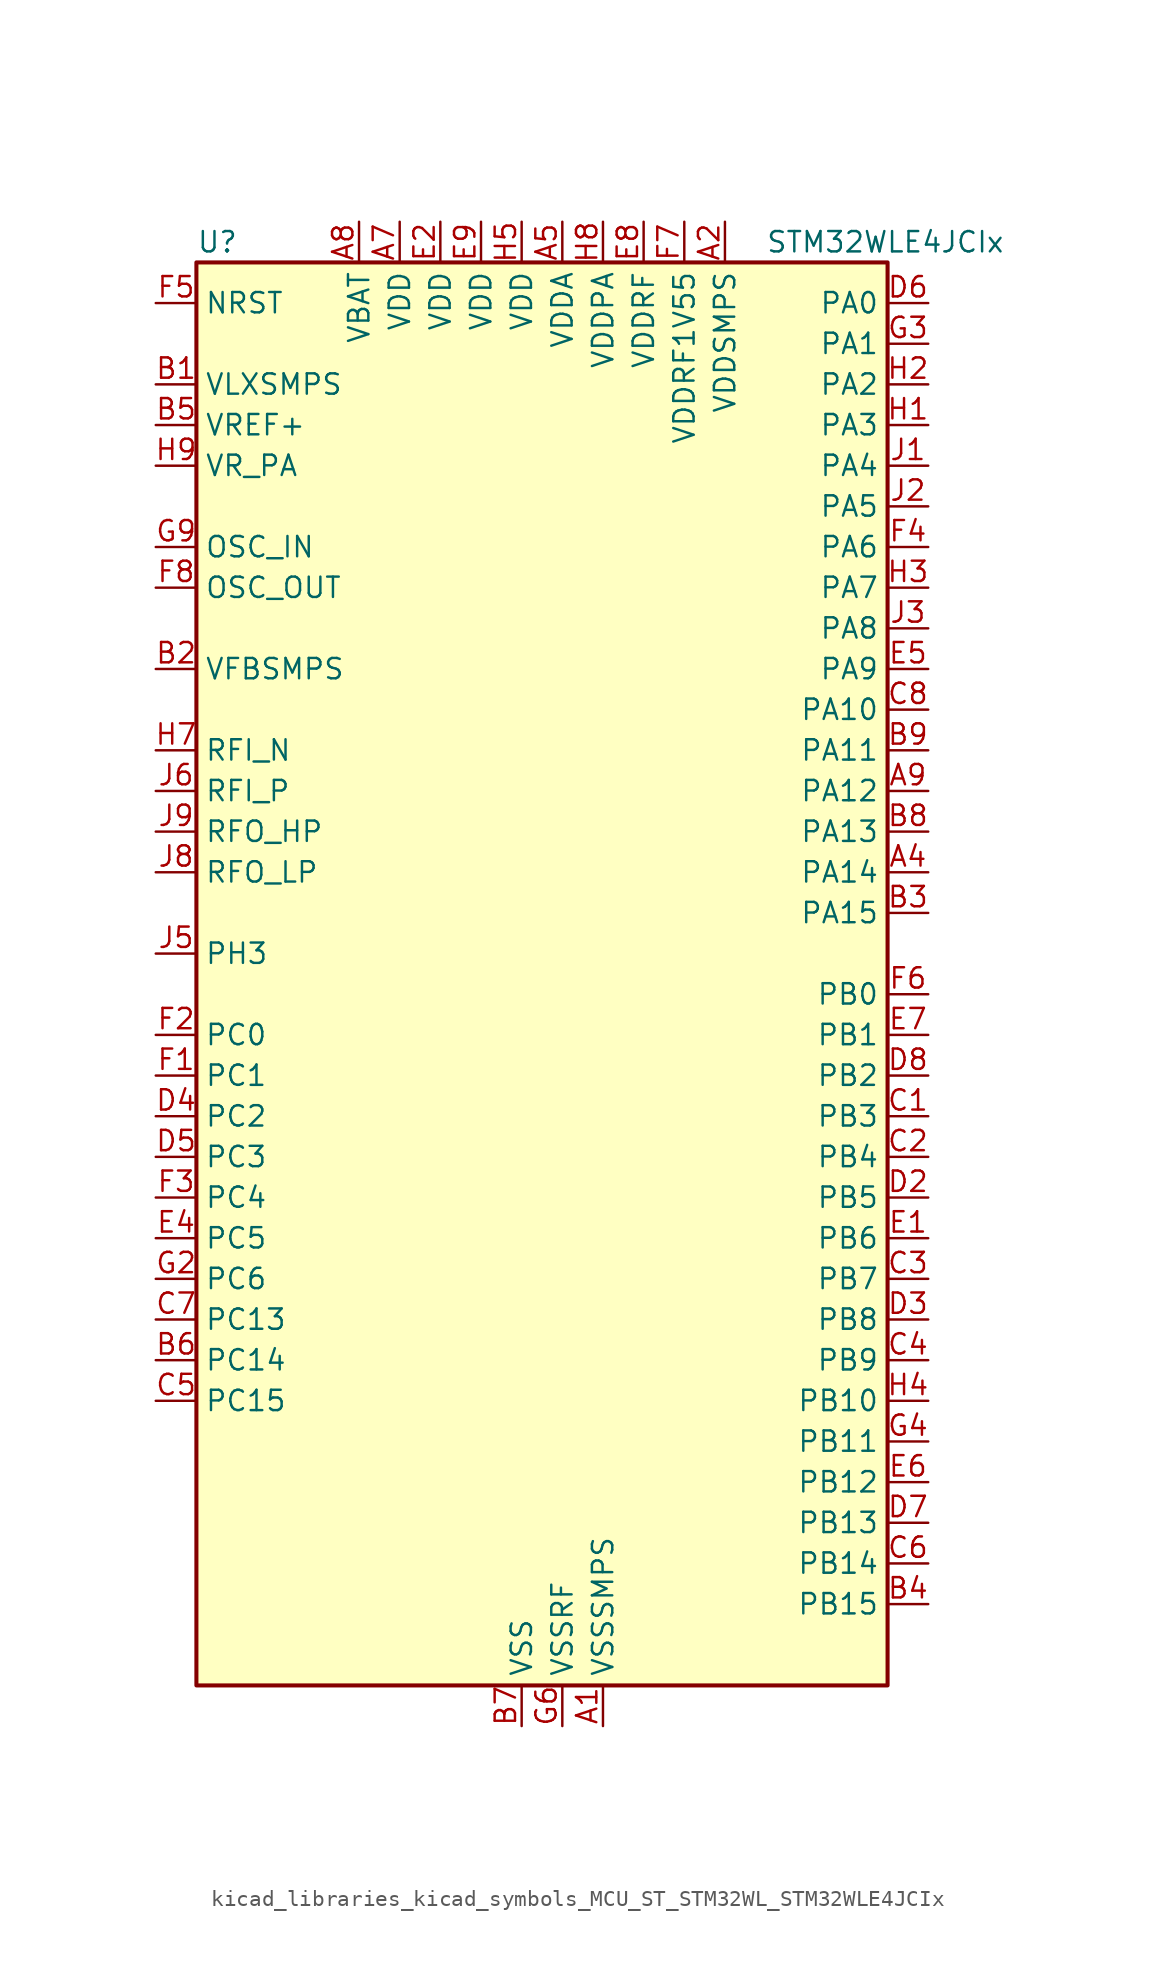
<source format=kicad_sym>
(kicad_symbol_lib
  (version 20220914)
  (generator kicad_symbol_editor)
  (symbol "kicad_libraries_kicad_symbols_MCU_ST_STM32WL_STM32WLE4JCIx"
    (property "Reference" "U"
      (at -20.32 46.99 0)
      (effects (font (size 1.27 1.27)) (justify left)))
    (property "Value" "STM32WLE4JCIx"
      (at 15.24 46.99 0)
      (effects (font (size 1.27 1.27)) (justify left)))
    (property "ki_locked" ""
      (at 0 0 0)
      (effects (font (size 1.27 1.27))))
    (symbol "kicad_libraries_kicad_symbols_MCU_ST_STM32WL_STM32WLE4JCIx_0_1"
      (rectangle (start -20.32 -43.18) (end 22.86 45.72) (stroke (width 0.254) (type default)) (fill (type background))))
    (symbol "kicad_libraries_kicad_symbols_MCU_ST_STM32WL_STM32WLE4JCIx_1_1"
      (pin power_in line (at 5.08 -45.72 90) (length 2.54) (name "VSSSMPS" (effects (font (size 1.27 1.27)))) (number "A1" (effects (font (size 1.27 1.27)))))
      (pin power_in line (at 12.7 48.26 270) (length 2.54) (name "VDDSMPS" (effects (font (size 1.27 1.27)))) (number "A2" (effects (font (size 1.27 1.27)))))
      (pin bidirectional line (at 25.4 7.62 180) (length 2.54) (name "PA14" (effects (font (size 1.27 1.27)))) (number "A4" (effects (font (size 1.27 1.27)))) (alternate "ADC_IN10" bidirectional line) (alternate "DEBUG_JTCK-SWCLK" bidirectional line) (alternate "I2C1_SMBA" bidirectional line) (alternate "LPTIM1_OUT" bidirectional line))
      (pin power_in line (at 2.54 48.26 270) (length 2.54) (name "VDDA" (effects (font (size 1.27 1.27)))) (number "A5" (effects (font (size 1.27 1.27)))))
      (pin power_in line (at -7.62 48.26 270) (length 2.54) (name "VDD" (effects (font (size 1.27 1.27)))) (number "A7" (effects (font (size 1.27 1.27)))))
      (pin power_in line (at -10.16 48.26 270) (length 2.54) (name "VBAT" (effects (font (size 1.27 1.27)))) (number "A8" (effects (font (size 1.27 1.27)))))
      (pin bidirectional line (at 25.4 12.7 180) (length 2.54) (name "PA12" (effects (font (size 1.27 1.27)))) (number "A9" (effects (font (size 1.27 1.27)))) (alternate "ADC_IN8" bidirectional line) (alternate "DEBUG_RF-BUSY" bidirectional line) (alternate "I2C2_SCL" bidirectional line) (alternate "LPTIM3_IN1" bidirectional line) (alternate "SPI1_MOSI" bidirectional line) (alternate "TIM1_ETR" bidirectional line) (alternate "USART1_DE" bidirectional line) (alternate "USART1_RTS" bidirectional line))
      (pin power_in line (at -22.86 38.1 0) (length 2.54) (name "VLXSMPS" (effects (font (size 1.27 1.27)))) (number "B1" (effects (font (size 1.27 1.27)))))
      (pin input line (at -22.86 20.32 0) (length 2.54) (name "VFBSMPS" (effects (font (size 1.27 1.27)))) (number "B2" (effects (font (size 1.27 1.27)))))
      (pin bidirectional line (at 25.4 5.08 180) (length 2.54) (name "PA15" (effects (font (size 1.27 1.27)))) (number "B3" (effects (font (size 1.27 1.27)))) (alternate "ADC_IN11" bidirectional line) (alternate "COMP1_INM" bidirectional line) (alternate "COMP2_INP" bidirectional line) (alternate "DEBUG_JTDI" bidirectional line) (alternate "I2C2_SDA" bidirectional line) (alternate "SPI1_NSS" bidirectional line) (alternate "TIM2_CH1" bidirectional line) (alternate "TIM2_ETR" bidirectional line))
      (pin bidirectional line (at 25.4 -38.1 180) (length 2.54) (name "PB15" (effects (font (size 1.27 1.27)))) (number "B4" (effects (font (size 1.27 1.27)))) (alternate "I2C2_SCL" bidirectional line) (alternate "I2S2_SD" bidirectional line) (alternate "SPI2_MOSI" bidirectional line) (alternate "TIM1_CH3N" bidirectional line))
      (pin input line (at -22.86 35.56 0) (length 2.54) (name "VREF+" (effects (font (size 1.27 1.27)))) (number "B5" (effects (font (size 1.27 1.27)))) (alternate "VREFBUF_OUT" bidirectional line))
      (pin bidirectional line (at -22.86 -22.86 0) (length 2.54) (name "PC14" (effects (font (size 1.27 1.27)))) (number "B6" (effects (font (size 1.27 1.27)))) (alternate "RCC_OSC32_IN" bidirectional line))
      (pin power_in line (at 0 -45.72 90) (length 2.54) (name "VSS" (effects (font (size 1.27 1.27)))) (number "B7" (effects (font (size 1.27 1.27)))))
      (pin bidirectional line (at 25.4 10.16 180) (length 2.54) (name "PA13" (effects (font (size 1.27 1.27)))) (number "B8" (effects (font (size 1.27 1.27)))) (alternate "ADC_IN9" bidirectional line) (alternate "DEBUG_JTMS-SWDIO" bidirectional line) (alternate "I2C2_SMBA" bidirectional line) (alternate "IR_OUT" bidirectional line))
      (pin bidirectional line (at 25.4 15.24 180) (length 2.54) (name "PA11" (effects (font (size 1.27 1.27)))) (number "B9" (effects (font (size 1.27 1.27)))) (alternate "ADC_EXTI11" bidirectional line) (alternate "ADC_IN7" bidirectional line) (alternate "COMP1_INM" bidirectional line) (alternate "COMP2_INM" bidirectional line) (alternate "DEBUG_RF-NRESET" bidirectional line) (alternate "I2C2_SDA" bidirectional line) (alternate "LPTIM3_ETR" bidirectional line) (alternate "SPI1_MISO" bidirectional line) (alternate "TIM1_BKIN2" bidirectional line) (alternate "TIM1_CH4" bidirectional line) (alternate "USART1_CTS" bidirectional line) (alternate "USART1_NSS" bidirectional line))
      (pin bidirectional line (at 25.4 -7.62 180) (length 2.54) (name "PB3" (effects (font (size 1.27 1.27)))) (number "C1" (effects (font (size 1.27 1.27)))) (alternate "ADC_IN2" bidirectional line) (alternate "COMP1_INM" bidirectional line) (alternate "COMP2_INM" bidirectional line) (alternate "DEBUG_JTDO-SWO" bidirectional line) (alternate "DEBUG_RF-DTB1" bidirectional line) (alternate "PWR_WKUP3" bidirectional line) (alternate "RTC_TAMP_IN3" bidirectional line) (alternate "SPI1_SCK" bidirectional line) (alternate "TIM2_CH2" bidirectional line) (alternate "USART1_DE" bidirectional line) (alternate "USART1_RTS" bidirectional line))
      (pin bidirectional line (at 25.4 -10.16 180) (length 2.54) (name "PB4" (effects (font (size 1.27 1.27)))) (number "C2" (effects (font (size 1.27 1.27)))) (alternate "ADC_IN3" bidirectional line) (alternate "COMP1_INP" bidirectional line) (alternate "COMP2_INP" bidirectional line) (alternate "DEBUG_JTRST" bidirectional line) (alternate "DEBUG_RF-LDORDY" bidirectional line) (alternate "I2C3_SDA" bidirectional line) (alternate "SPI1_MISO" bidirectional line) (alternate "TIM17_BKIN" bidirectional line) (alternate "USART1_CTS" bidirectional line) (alternate "USART1_NSS" bidirectional line))
      (pin bidirectional line (at 25.4 -17.78 180) (length 2.54) (name "PB7" (effects (font (size 1.27 1.27)))) (number "C3" (effects (font (size 1.27 1.27)))) (alternate "I2C1_SDA" bidirectional line) (alternate "LPTIM1_IN2" bidirectional line) (alternate "PWR_PVD_IN" bidirectional line) (alternate "TIM17_CH1N" bidirectional line) (alternate "TIM1_BKIN" bidirectional line) (alternate "USART1_RX" bidirectional line))
      (pin bidirectional line (at 25.4 -22.86 180) (length 2.54) (name "PB9" (effects (font (size 1.27 1.27)))) (number "C4" (effects (font (size 1.27 1.27)))) (alternate "DAC_EXTI9" bidirectional line) (alternate "I2C1_SDA" bidirectional line) (alternate "I2S2_WS" bidirectional line) (alternate "IR_OUT" bidirectional line) (alternate "SPI2_NSS" bidirectional line) (alternate "TIM17_CH1" bidirectional line) (alternate "TIM1_CH3N" bidirectional line))
      (pin bidirectional line (at -22.86 -25.4 0) (length 2.54) (name "PC15" (effects (font (size 1.27 1.27)))) (number "C5" (effects (font (size 1.27 1.27)))) (alternate "RCC_OSC32_OUT" bidirectional line))
      (pin bidirectional line (at 25.4 -35.56 180) (length 2.54) (name "PB14" (effects (font (size 1.27 1.27)))) (number "C6" (effects (font (size 1.27 1.27)))) (alternate "ADC_IN1" bidirectional line) (alternate "I2C3_SDA" bidirectional line) (alternate "I2S2_MCK" bidirectional line) (alternate "SPI2_MISO" bidirectional line) (alternate "TIM1_CH2N" bidirectional line))
      (pin bidirectional line (at -22.86 -20.32 0) (length 2.54) (name "PC13" (effects (font (size 1.27 1.27)))) (number "C7" (effects (font (size 1.27 1.27)))) (alternate "PWR_WKUP2" bidirectional line) (alternate "RTC_OUT1" bidirectional line) (alternate "RTC_TAMP_IN1" bidirectional line) (alternate "RTC_TS" bidirectional line))
      (pin bidirectional line (at 25.4 17.78 180) (length 2.54) (name "PA10" (effects (font (size 1.27 1.27)))) (number "C8" (effects (font (size 1.27 1.27)))) (alternate "ADC_IN6" bidirectional line) (alternate "COMP1_INM" bidirectional line) (alternate "COMP2_INM" bidirectional line) (alternate "DAC_OUT1" bidirectional line) (alternate "DEBUG_RF-HSE32RDY" bidirectional line) (alternate "I2C1_SDA" bidirectional line) (alternate "I2S2_SD" bidirectional line) (alternate "RTC_REFIN" bidirectional line) (alternate "SPI2_MOSI" bidirectional line) (alternate "TIM17_BKIN" bidirectional line) (alternate "TIM1_CH3" bidirectional line) (alternate "USART1_RX" bidirectional line))
      (pin bidirectional line (at 25.4 -12.7 180) (length 2.54) (name "PB5" (effects (font (size 1.27 1.27)))) (number "D2" (effects (font (size 1.27 1.27)))) (alternate "COMP2_OUT" bidirectional line) (alternate "I2C1_SMBA" bidirectional line) (alternate "LPTIM1_IN1" bidirectional line) (alternate "SPI1_MOSI" bidirectional line) (alternate "TIM16_BKIN" bidirectional line) (alternate "USART1_CK" bidirectional line))
      (pin bidirectional line (at 25.4 -20.32 180) (length 2.54) (name "PB8" (effects (font (size 1.27 1.27)))) (number "D3" (effects (font (size 1.27 1.27)))) (alternate "I2C1_SCL" bidirectional line) (alternate "TIM16_CH1" bidirectional line) (alternate "TIM1_CH2N" bidirectional line))
      (pin bidirectional line (at -22.86 -7.62 0) (length 2.54) (name "PC2" (effects (font (size 1.27 1.27)))) (number "D4" (effects (font (size 1.27 1.27)))) (alternate "LPTIM1_IN2" bidirectional line) (alternate "SPI2_MISO" bidirectional line))
      (pin bidirectional line (at -22.86 -10.16 0) (length 2.54) (name "PC3" (effects (font (size 1.27 1.27)))) (number "D5" (effects (font (size 1.27 1.27)))) (alternate "I2S2_SD" bidirectional line) (alternate "LPTIM1_ETR" bidirectional line) (alternate "LPTIM2_ETR" bidirectional line) (alternate "SPI2_MOSI" bidirectional line))
      (pin bidirectional line (at 25.4 43.18 180) (length 2.54) (name "PA0" (effects (font (size 1.27 1.27)))) (number "D6" (effects (font (size 1.27 1.27)))) (alternate "COMP1_OUT" bidirectional line) (alternate "DEBUG_PWR-REGLP1S" bidirectional line) (alternate "I2C3_SMBA" bidirectional line) (alternate "I2S_CKIN" bidirectional line) (alternate "PWR_WKUP1" bidirectional line) (alternate "RTC_TAMP_IN2" bidirectional line) (alternate "TIM2_CH1" bidirectional line) (alternate "TIM2_ETR" bidirectional line) (alternate "USART2_CTS" bidirectional line) (alternate "USART2_NSS" bidirectional line))
      (pin bidirectional line (at 25.4 -33.02 180) (length 2.54) (name "PB13" (effects (font (size 1.27 1.27)))) (number "D7" (effects (font (size 1.27 1.27)))) (alternate "ADC_IN0" bidirectional line) (alternate "I2C3_SCL" bidirectional line) (alternate "I2S2_CK" bidirectional line) (alternate "LPUART1_CTS" bidirectional line) (alternate "SPI2_SCK" bidirectional line) (alternate "TIM1_CH1N" bidirectional line))
      (pin bidirectional line (at 25.4 -5.08 180) (length 2.54) (name "PB2" (effects (font (size 1.27 1.27)))) (number "D8" (effects (font (size 1.27 1.27)))) (alternate "ADC_IN4" bidirectional line) (alternate "COMP1_INP" bidirectional line) (alternate "COMP2_INM" bidirectional line) (alternate "DEBUG_RF-SMPSRDY" bidirectional line) (alternate "I2C3_SMBA" bidirectional line) (alternate "LPTIM1_OUT" bidirectional line) (alternate "SPI1_NSS" bidirectional line))
      (pin passive line (at 0 -45.72 90) (length 2.54) hide (name "VSS" (effects (font (size 1.27 1.27)))) (number "D9" (effects (font (size 1.27 1.27)))))
      (pin bidirectional line (at 25.4 -15.24 180) (length 2.54) (name "PB6" (effects (font (size 1.27 1.27)))) (number "E1" (effects (font (size 1.27 1.27)))) (alternate "I2C1_SCL" bidirectional line) (alternate "LPTIM1_ETR" bidirectional line) (alternate "TIM16_CH1N" bidirectional line) (alternate "USART1_TX" bidirectional line))
      (pin power_in line (at -5.08 48.26 270) (length 2.54) (name "VDD" (effects (font (size 1.27 1.27)))) (number "E2" (effects (font (size 1.27 1.27)))))
      (pin passive line (at 0 -45.72 90) (length 2.54) hide (name "VSS" (effects (font (size 1.27 1.27)))) (number "E3" (effects (font (size 1.27 1.27)))))
      (pin bidirectional line (at -22.86 -15.24 0) (length 2.54) (name "PC5" (effects (font (size 1.27 1.27)))) (number "E4" (effects (font (size 1.27 1.27)))))
      (pin bidirectional line (at 25.4 20.32 180) (length 2.54) (name "PA9" (effects (font (size 1.27 1.27)))) (number "E5" (effects (font (size 1.27 1.27)))) (alternate "DAC_EXTI9" bidirectional line) (alternate "I2C1_SCL" bidirectional line) (alternate "I2S2_CK" bidirectional line) (alternate "I2S2_WS" bidirectional line) (alternate "SPI2_NSS" bidirectional line) (alternate "SPI2_SCK" bidirectional line) (alternate "TIM1_CH2" bidirectional line) (alternate "USART1_TX" bidirectional line))
      (pin bidirectional line (at 25.4 -30.48 180) (length 2.54) (name "PB12" (effects (font (size 1.27 1.27)))) (number "E6" (effects (font (size 1.27 1.27)))) (alternate "I2C3_SMBA" bidirectional line) (alternate "I2S2_WS" bidirectional line) (alternate "LPUART1_RTS" bidirectional line) (alternate "SPI2_NSS" bidirectional line) (alternate "TIM1_BKIN" bidirectional line))
      (pin bidirectional line (at 25.4 -2.54 180) (length 2.54) (name "PB1" (effects (font (size 1.27 1.27)))) (number "E7" (effects (font (size 1.27 1.27)))) (alternate "ADC_IN5" bidirectional line) (alternate "COMP2_INP" bidirectional line) (alternate "LPTIM2_IN1" bidirectional line) (alternate "LPUART1_DE" bidirectional line) (alternate "LPUART1_RTS" bidirectional line))
      (pin power_in line (at 7.62 48.26 270) (length 2.54) (name "VDDRF" (effects (font (size 1.27 1.27)))) (number "E8" (effects (font (size 1.27 1.27)))))
      (pin power_in line (at -2.54 48.26 270) (length 2.54) (name "VDD" (effects (font (size 1.27 1.27)))) (number "E9" (effects (font (size 1.27 1.27)))))
      (pin bidirectional line (at -22.86 -5.08 0) (length 2.54) (name "PC1" (effects (font (size 1.27 1.27)))) (number "F1" (effects (font (size 1.27 1.27)))) (alternate "I2C3_SDA" bidirectional line) (alternate "I2S2_SD" bidirectional line) (alternate "LPTIM1_OUT" bidirectional line) (alternate "LPUART1_TX" bidirectional line) (alternate "SPI2_MOSI" bidirectional line))
      (pin bidirectional line (at -22.86 -2.54 0) (length 2.54) (name "PC0" (effects (font (size 1.27 1.27)))) (number "F2" (effects (font (size 1.27 1.27)))) (alternate "I2C3_SCL" bidirectional line) (alternate "LPTIM1_IN1" bidirectional line) (alternate "LPTIM2_IN1" bidirectional line) (alternate "LPUART1_RX" bidirectional line))
      (pin bidirectional line (at -22.86 -12.7 0) (length 2.54) (name "PC4" (effects (font (size 1.27 1.27)))) (number "F3" (effects (font (size 1.27 1.27)))))
      (pin bidirectional line (at 25.4 27.94 180) (length 2.54) (name "PA6" (effects (font (size 1.27 1.27)))) (number "F4" (effects (font (size 1.27 1.27)))) (alternate "DEBUG_SUBGHZSPI-MISOOUT" bidirectional line) (alternate "I2C2_SMBA" bidirectional line) (alternate "LPUART1_CTS" bidirectional line) (alternate "SPI1_MISO" bidirectional line) (alternate "TIM16_CH1" bidirectional line) (alternate "TIM1_BKIN" bidirectional line))
      (pin input line (at -22.86 43.18 0) (length 2.54) (name "NRST" (effects (font (size 1.27 1.27)))) (number "F5" (effects (font (size 1.27 1.27)))))
      (pin bidirectional line (at 25.4 0 180) (length 2.54) (name "PB0" (effects (font (size 1.27 1.27)))) (number "F6" (effects (font (size 1.27 1.27)))) (alternate "COMP1_OUT" bidirectional line) (alternate "VDDTCXO" bidirectional line))
      (pin power_in line (at 10.16 48.26 270) (length 2.54) (name "VDDRF1V55" (effects (font (size 1.27 1.27)))) (number "F7" (effects (font (size 1.27 1.27)))))
      (pin input line (at -22.86 25.4 0) (length 2.54) (name "OSC_OUT" (effects (font (size 1.27 1.27)))) (number "F8" (effects (font (size 1.27 1.27)))) (alternate "RCC_OSC_OUT" bidirectional line))
      (pin bidirectional line (at -22.86 -17.78 0) (length 2.54) (name "PC6" (effects (font (size 1.27 1.27)))) (number "G2" (effects (font (size 1.27 1.27)))) (alternate "I2S2_MCK" bidirectional line))
      (pin bidirectional line (at 25.4 40.64 180) (length 2.54) (name "PA1" (effects (font (size 1.27 1.27)))) (number "G3" (effects (font (size 1.27 1.27)))) (alternate "DEBUG_PWR-REGLP2S" bidirectional line) (alternate "I2C1_SMBA" bidirectional line) (alternate "LPTIM3_OUT" bidirectional line) (alternate "LPUART1_RTS" bidirectional line) (alternate "SPI1_SCK" bidirectional line) (alternate "TIM2_CH2" bidirectional line) (alternate "USART2_DE" bidirectional line) (alternate "USART2_RTS" bidirectional line))
      (pin bidirectional line (at 25.4 -27.94 180) (length 2.54) (name "PB11" (effects (font (size 1.27 1.27)))) (number "G4" (effects (font (size 1.27 1.27)))) (alternate "ADC_EXTI11" bidirectional line) (alternate "COMP2_OUT" bidirectional line) (alternate "I2C3_SDA" bidirectional line) (alternate "LPUART1_TX" bidirectional line) (alternate "TIM2_CH4" bidirectional line))
      (pin passive line (at 0 -45.72 90) (length 2.54) hide (name "VSS" (effects (font (size 1.27 1.27)))) (number "G5" (effects (font (size 1.27 1.27)))))
      (pin power_in line (at 2.54 -45.72 90) (length 2.54) (name "VSSRF" (effects (font (size 1.27 1.27)))) (number "G6" (effects (font (size 1.27 1.27)))))
      (pin passive line (at 2.54 -45.72 90) (length 2.54) hide (name "VSSRF" (effects (font (size 1.27 1.27)))) (number "G7" (effects (font (size 1.27 1.27)))))
      (pin passive line (at 2.54 -45.72 90) (length 2.54) hide (name "VSSRF" (effects (font (size 1.27 1.27)))) (number "G8" (effects (font (size 1.27 1.27)))))
      (pin input line (at -22.86 27.94 0) (length 2.54) (name "OSC_IN" (effects (font (size 1.27 1.27)))) (number "G9" (effects (font (size 1.27 1.27)))) (alternate "RCC_OSC_IN" bidirectional line))
      (pin bidirectional line (at 25.4 35.56 180) (length 2.54) (name "PA3" (effects (font (size 1.27 1.27)))) (number "H1" (effects (font (size 1.27 1.27)))) (alternate "I2S2_MCK" bidirectional line) (alternate "LPUART1_RX" bidirectional line) (alternate "TIM2_CH4" bidirectional line) (alternate "USART2_RX" bidirectional line))
      (pin bidirectional line (at 25.4 38.1 180) (length 2.54) (name "PA2" (effects (font (size 1.27 1.27)))) (number "H2" (effects (font (size 1.27 1.27)))) (alternate "COMP2_OUT" bidirectional line) (alternate "DEBUG_PWR-LDORDY" bidirectional line) (alternate "LPUART1_TX" bidirectional line) (alternate "RCC_LSCO" bidirectional line) (alternate "TIM2_CH3" bidirectional line) (alternate "USART2_TX" bidirectional line))
      (pin bidirectional line (at 25.4 25.4 180) (length 2.54) (name "PA7" (effects (font (size 1.27 1.27)))) (number "H3" (effects (font (size 1.27 1.27)))) (alternate "COMP2_OUT" bidirectional line) (alternate "DEBUG_SUBGHZSPI-MOSIOUT" bidirectional line) (alternate "I2C3_SCL" bidirectional line) (alternate "SPI1_MOSI" bidirectional line) (alternate "TIM17_CH1" bidirectional line) (alternate "TIM1_CH1N" bidirectional line))
      (pin bidirectional line (at 25.4 -25.4 180) (length 2.54) (name "PB10" (effects (font (size 1.27 1.27)))) (number "H4" (effects (font (size 1.27 1.27)))) (alternate "COMP1_OUT" bidirectional line) (alternate "I2C3_SCL" bidirectional line) (alternate "I2S2_CK" bidirectional line) (alternate "LPUART1_RX" bidirectional line) (alternate "SPI2_SCK" bidirectional line) (alternate "TIM2_CH3" bidirectional line))
      (pin power_in line (at 0 48.26 270) (length 2.54) (name "VDD" (effects (font (size 1.27 1.27)))) (number "H5" (effects (font (size 1.27 1.27)))))
      (pin passive line (at 2.54 -45.72 90) (length 2.54) hide (name "VSSRF" (effects (font (size 1.27 1.27)))) (number "H6" (effects (font (size 1.27 1.27)))))
      (pin bidirectional line (at -22.86 15.24 0) (length 2.54) (name "RFI_N" (effects (font (size 1.27 1.27)))) (number "H7" (effects (font (size 1.27 1.27)))))
      (pin power_in line (at 5.08 48.26 270) (length 2.54) (name "VDDPA" (effects (font (size 1.27 1.27)))) (number "H8" (effects (font (size 1.27 1.27)))))
      (pin power_in line (at -22.86 33.02 0) (length 2.54) (name "VR_PA" (effects (font (size 1.27 1.27)))) (number "H9" (effects (font (size 1.27 1.27)))))
      (pin bidirectional line (at 25.4 33.02 180) (length 2.54) (name "PA4" (effects (font (size 1.27 1.27)))) (number "J1" (effects (font (size 1.27 1.27)))) (alternate "DEBUG_SUBGHZSPI-NSSOUT" bidirectional line) (alternate "LPTIM1_OUT" bidirectional line) (alternate "LPTIM2_OUT" bidirectional line) (alternate "RTC_OUT2" bidirectional line) (alternate "SPI1_NSS" bidirectional line) (alternate "USART2_CK" bidirectional line))
      (pin bidirectional line (at 25.4 30.48 180) (length 2.54) (name "PA5" (effects (font (size 1.27 1.27)))) (number "J2" (effects (font (size 1.27 1.27)))) (alternate "DEBUG_SUBGHZSPI-SCKOUT" bidirectional line) (alternate "LPTIM2_ETR" bidirectional line) (alternate "SPI1_SCK" bidirectional line) (alternate "SPI2_MISO" bidirectional line) (alternate "TIM2_CH1" bidirectional line) (alternate "TIM2_ETR" bidirectional line))
      (pin bidirectional line (at 25.4 22.86 180) (length 2.54) (name "PA8" (effects (font (size 1.27 1.27)))) (number "J3" (effects (font (size 1.27 1.27)))) (alternate "I2S2_CK" bidirectional line) (alternate "LPTIM2_OUT" bidirectional line) (alternate "RCC_MCO" bidirectional line) (alternate "SPI2_SCK" bidirectional line) (alternate "TIM1_CH1" bidirectional line) (alternate "USART1_CK" bidirectional line))
      (pin bidirectional line (at -22.86 2.54 0) (length 2.54) (name "PH3" (effects (font (size 1.27 1.27)))) (number "J5" (effects (font (size 1.27 1.27)))))
      (pin bidirectional line (at -22.86 12.7 0) (length 2.54) (name "RFI_P" (effects (font (size 1.27 1.27)))) (number "J6" (effects (font (size 1.27 1.27)))))
      (pin bidirectional line (at -22.86 7.62 0) (length 2.54) (name "RFO_LP" (effects (font (size 1.27 1.27)))) (number "J8" (effects (font (size 1.27 1.27)))))
      (pin bidirectional line (at -22.86 10.16 0) (length 2.54) (name "RFO_HP" (effects (font (size 1.27 1.27)))) (number "J9" (effects (font (size 1.27 1.27))))))))
</source>
